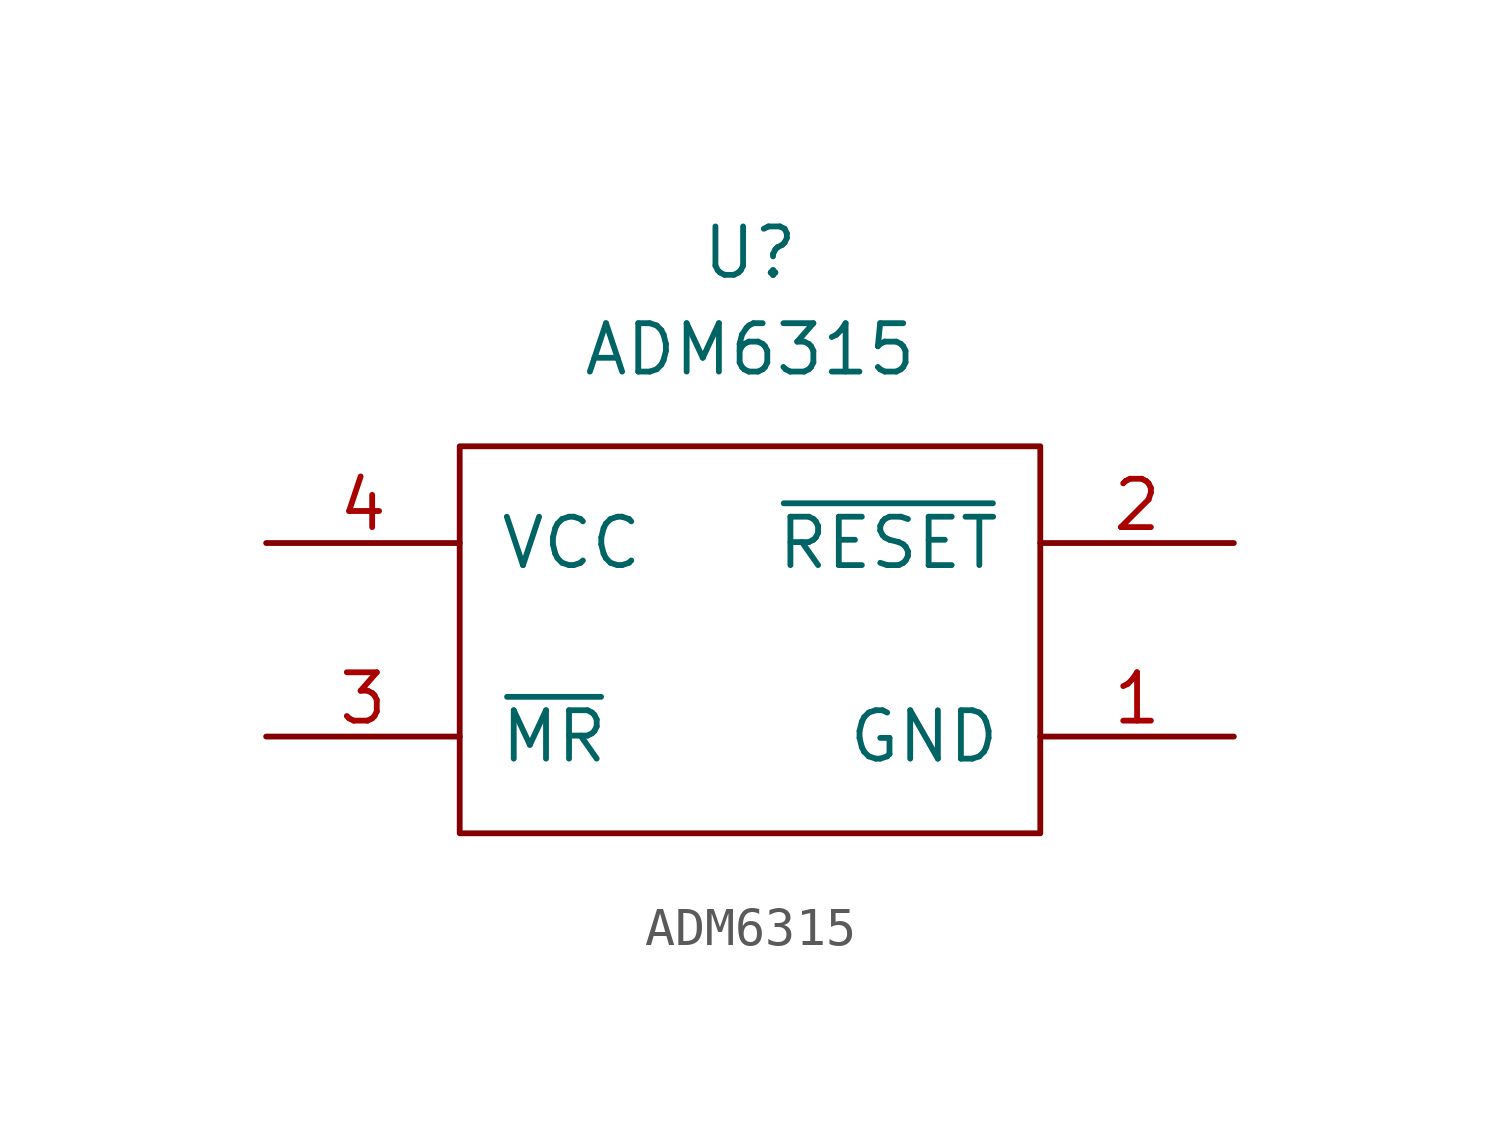
<source format=kicad_sym>
(kicad_symbol_lib
  (version 20220914)
  (generator kicad_symbol_editor)
  (symbol "ADM6315"
    (pin_names
      (offset 1.016))
    (property "Reference" "U"
      (at 0 10.16 0)
      (effects (font (size 1.27 1.27))))
    (property "Value" "ADM6315"
      (at 0 7.62 0)
      (effects (font (size 1.27 1.27))))
    (symbol "ADM6315_0_1"
      (rectangle (start -7.62 5.08) (end 7.62 -5.08) (stroke (width 0) (type solid)) (fill (type none))))
    (symbol "ADM6315_1_1"
      (pin power_in line (at 12.7 -2.54 180) (length 5.08) (name "GND" (effects (font (size 1.27 1.27)))) (number "1" (effects (font (size 1.27 1.27)))))
      (pin output line (at 12.7 2.54 180) (length 5.08) (name "~{RESET}" (effects (font (size 1.27 1.27)))) (number "2" (effects (font (size 1.27 1.27)))))
      (pin input line (at -12.7 -2.54 0) (length 5.08) (name "~{MR}" (effects (font (size 1.27 1.27)))) (number "3" (effects (font (size 1.27 1.27)))))
      (pin power_in line (at -12.7 2.54 0) (length 5.08) (name "VCC" (effects (font (size 1.27 1.27)))) (number "4" (effects (font (size 1.27 1.27))))))))
</source>
